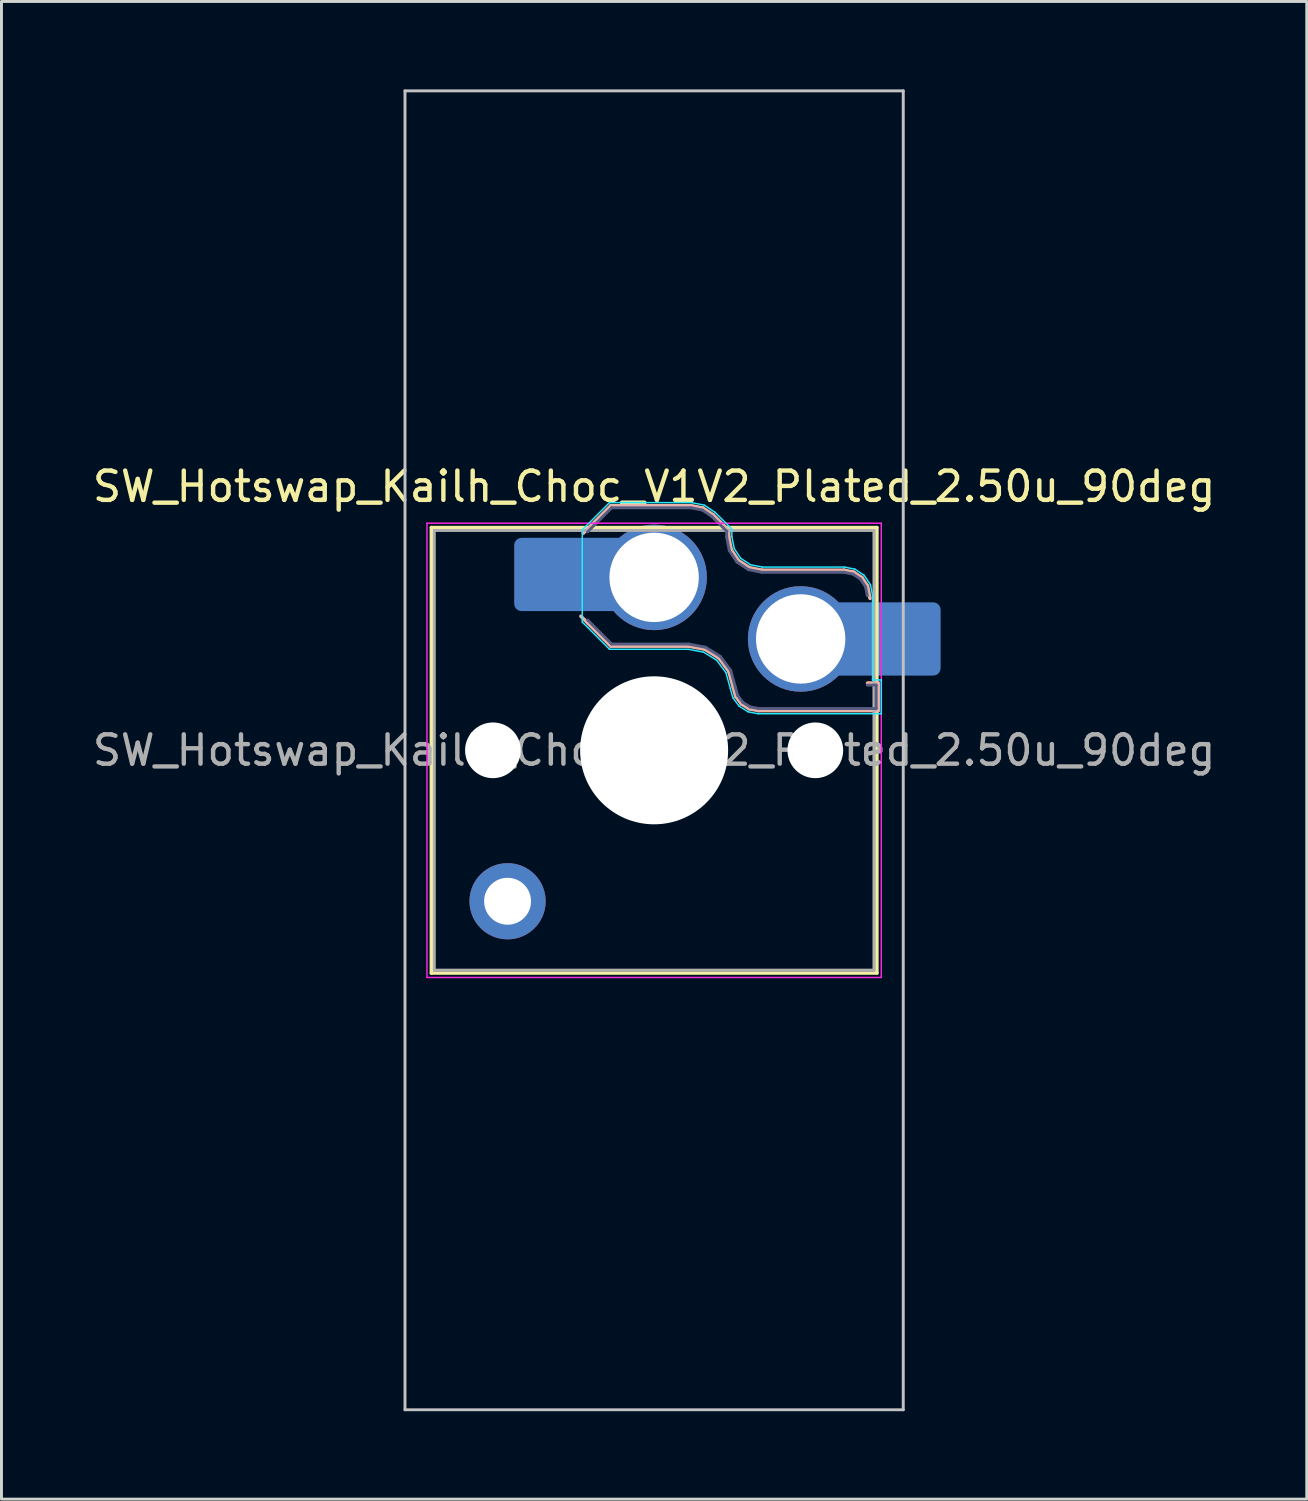
<source format=kicad_pcb>
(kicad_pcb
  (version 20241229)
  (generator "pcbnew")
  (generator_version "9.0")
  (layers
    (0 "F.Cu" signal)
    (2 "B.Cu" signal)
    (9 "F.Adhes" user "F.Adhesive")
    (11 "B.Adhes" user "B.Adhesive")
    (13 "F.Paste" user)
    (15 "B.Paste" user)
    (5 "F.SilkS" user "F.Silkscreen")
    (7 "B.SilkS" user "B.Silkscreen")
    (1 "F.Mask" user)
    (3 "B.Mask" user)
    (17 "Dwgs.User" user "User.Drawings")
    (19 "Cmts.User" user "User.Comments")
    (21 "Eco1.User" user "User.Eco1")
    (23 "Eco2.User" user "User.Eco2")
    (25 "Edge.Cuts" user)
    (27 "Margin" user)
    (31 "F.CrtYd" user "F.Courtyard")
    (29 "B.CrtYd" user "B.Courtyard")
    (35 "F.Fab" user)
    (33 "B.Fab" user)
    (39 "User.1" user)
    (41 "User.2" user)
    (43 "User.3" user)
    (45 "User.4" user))
  (footprint "SW_Hotswap_Kailh_Choc_V1V2_Plated_2.50u_90deg"
    (layer "F.Cu")
    (at 19.268 22.55)
    (property "Reference" "SW_Hotswap_Kailh_Choc_V1V2_Plated_2.50u_90deg" (at 0 -9 0) (layer "F.SilkS") (effects (font (size 1 1) (thickness 0.15))))
    (attr smd)
    (fp_line (start -7.6 -7.6) (end -7.6 7.6) (stroke (width 0.12) (type solid)) (layer "F.SilkS"))
    (fp_line (start -7.6 7.6) (end 7.6 7.6) (stroke (width 0.12) (type solid)) (layer "F.SilkS"))
    (fp_line (start 7.6 -7.6) (end -7.6 -7.6) (stroke (width 0.12) (type solid)) (layer "F.SilkS"))
    (fp_line (start 7.6 7.6) (end 7.6 -7.6) (stroke (width 0.12) (type solid)) (layer "F.SilkS"))
    (fp_line (start -2.416 -7.409) (end -1.479 -8.346) (stroke (width 0.12) (type solid)) (layer "B.SilkS"))
    (fp_line (start -1.479 -8.346) (end 1.268 -8.346) (stroke (width 0.12) (type solid)) (layer "B.SilkS"))
    (fp_line (start -1.479 -3.554) (end -2.5 -4.575) (stroke (width 0.12) (type solid)) (layer "B.SilkS"))
    (fp_line (start 1.168 -3.554) (end -1.479 -3.554) (stroke (width 0.12) (type solid)) (layer "B.SilkS"))
    (fp_line (start 1.268 -8.346) (end 1.671 -8.266) (stroke (width 0.12) (type solid)) (layer "B.SilkS"))
    (fp_line (start 1.671 -8.266) (end 2.013 -8.037) (stroke (width 0.12) (type solid)) (layer "B.SilkS"))
    (fp_line (start 1.73 -3.449) (end 1.168 -3.554) (stroke (width 0.12) (type solid)) (layer "B.SilkS"))
    (fp_line (start 2.013 -8.037) (end 2.546 -7.504) (stroke (width 0.12) (type solid)) (layer "B.SilkS"))
    (fp_line (start 2.209 -3.15) (end 1.73 -3.449) (stroke (width 0.12) (type solid)) (layer "B.SilkS"))
    (fp_line (start 2.546 -7.504) (end 2.546 -7.282) (stroke (width 0.12) (type solid)) (layer "B.SilkS"))
    (fp_line (start 2.546 -7.282) (end 2.633 -6.844) (stroke (width 0.12) (type solid)) (layer "B.SilkS"))
    (fp_line (start 2.547 -2.697) (end 2.209 -3.15) (stroke (width 0.12) (type solid)) (layer "B.SilkS"))
    (fp_line (start 2.633 -6.844) (end 2.877 -6.477) (stroke (width 0.12) (type solid)) (layer "B.SilkS"))
    (fp_line (start 2.701 -2.139) (end 2.547 -2.697) (stroke (width 0.12) (type solid)) (layer "B.SilkS"))
    (fp_line (start 2.783 -1.841) (end 2.701 -2.139) (stroke (width 0.12) (type solid)) (layer "B.SilkS"))
    (fp_line (start 2.877 -6.477) (end 3.244 -6.233) (stroke (width 0.12) (type solid)) (layer "B.SilkS"))
    (fp_line (start 2.976 -1.583) (end 2.783 -1.841) (stroke (width 0.12) (type solid)) (layer "B.SilkS"))
    (fp_line (start 3.244 -6.233) (end 3.682 -6.146) (stroke (width 0.12) (type solid)) (layer "B.SilkS"))
    (fp_line (start 3.25 -1.413) (end 2.976 -1.583) (stroke (width 0.12) (type solid)) (layer "B.SilkS"))
    (fp_line (start 3.56 -1.354) (end 3.25 -1.413) (stroke (width 0.12) (type solid)) (layer "B.SilkS"))
    (fp_line (start 3.682 -6.146) (end 6.482 -6.146) (stroke (width 0.12) (type solid)) (layer "B.SilkS"))
    (fp_line (start 6.482 -6.146) (end 6.809 -6.081) (stroke (width 0.12) (type solid)) (layer "B.SilkS"))
    (fp_line (start 6.809 -6.081) (end 7.092 -5.892) (stroke (width 0.12) (type solid)) (layer "B.SilkS"))
    (fp_line (start 7.092 -5.892) (end 7.281 -5.609) (stroke (width 0.12) (type solid)) (layer "B.SilkS"))
    (fp_line (start 7.281 -5.609) (end 7.366 -5.182) (stroke (width 0.12) (type solid)) (layer "B.SilkS"))
    (fp_line (start 7.283 -2.296) (end 7.646 -2.296) (stroke (width 0.12) (type solid)) (layer "B.SilkS"))
    (fp_line (start 7.646 -2.296) (end 7.646 -1.354) (stroke (width 0.12) (type solid)) (layer "B.SilkS"))
    (fp_line (start 7.646 -1.354) (end 3.56 -1.354) (stroke (width 0.12) (type solid)) (layer "B.SilkS"))
    (fp_line (start -8.5 -22.5) (end 8.5 -22.5) (stroke (width 0.1) (type solid)) (layer "Dwgs.User"))
    (fp_line (start -8.5 22.5) (end -8.5 -22.5) (stroke (width 0.1) (type solid)) (layer "Dwgs.User"))
    (fp_line (start 8.5 -22.5) (end 8.5 22.5) (stroke (width 0.1) (type solid)) (layer "Dwgs.User"))
    (fp_line (start 8.5 22.5) (end -8.5 22.5) (stroke (width 0.1) (type solid)) (layer "Dwgs.User"))
    (fp_line (start -7.25 -7.25) (end -7.25 7.25) (stroke (width 0.1) (type solid)) (layer "Eco1.User"))
    (fp_line (start -7.25 7.25) (end 7.25 7.25) (stroke (width 0.1) (type solid)) (layer "Eco1.User"))
    (fp_line (start 7.25 -7.25) (end -7.25 -7.25) (stroke (width 0.1) (type solid)) (layer "Eco1.User"))
    (fp_line (start 7.25 7.25) (end 7.25 -7.25) (stroke (width 0.1) (type solid)) (layer "Eco1.User"))
    (fp_line (start -2.452 -7.523) (end -1.523 -8.452) (stroke (width 0.05) (type solid)) (layer "B.CrtYd"))
    (fp_line (start -2.452 -4.377) (end -2.452 -7.523) (stroke (width 0.05) (type solid)) (layer "B.CrtYd"))
    (fp_line (start -1.523 -8.452) (end 1.278 -8.452) (stroke (width 0.05) (type solid)) (layer "B.CrtYd"))
    (fp_line (start -1.523 -3.448) (end -2.452 -4.377) (stroke (width 0.05) (type solid)) (layer "B.CrtYd"))
    (fp_line (start 1.159 -3.448) (end -1.523 -3.448) (stroke (width 0.05) (type solid)) (layer "B.CrtYd"))
    (fp_line (start 1.278 -8.452) (end 1.712 -8.366) (stroke (width 0.05) (type solid)) (layer "B.CrtYd"))
    (fp_line (start 1.691 -3.348) (end 1.159 -3.448) (stroke (width 0.05) (type solid)) (layer "B.CrtYd"))
    (fp_line (start 1.712 -8.366) (end 2.081 -8.119) (stroke (width 0.05) (type solid)) (layer "B.CrtYd"))
    (fp_line (start 2.081 -8.119) (end 2.652 -7.548) (stroke (width 0.05) (type solid)) (layer "B.CrtYd"))
    (fp_line (start 2.136 -3.071) (end 1.691 -3.348) (stroke (width 0.05) (type solid)) (layer "B.CrtYd"))
    (fp_line (start 2.45 -2.65) (end 2.136 -3.071) (stroke (width 0.05) (type solid)) (layer "B.CrtYd"))
    (fp_line (start 2.599 -2.111) (end 2.45 -2.65) (stroke (width 0.05) (type solid)) (layer "B.CrtYd"))
    (fp_line (start 2.652 -7.548) (end 2.652 -7.292) (stroke (width 0.05) (type solid)) (layer "B.CrtYd"))
    (fp_line (start 2.652 -7.292) (end 2.733 -6.885) (stroke (width 0.05) (type solid)) (layer "B.CrtYd"))
    (fp_line (start 2.687 -1.794) (end 2.599 -2.111) (stroke (width 0.05) (type solid)) (layer "B.CrtYd"))
    (fp_line (start 2.733 -6.885) (end 2.953 -6.553) (stroke (width 0.05) (type solid)) (layer "B.CrtYd"))
    (fp_line (start 2.903 -1.503) (end 2.687 -1.794) (stroke (width 0.05) (type solid)) (layer "B.CrtYd"))
    (fp_line (start 2.953 -6.553) (end 3.285 -6.333) (stroke (width 0.05) (type solid)) (layer "B.CrtYd"))
    (fp_line (start 3.211 -1.312) (end 2.903 -1.503) (stroke (width 0.05) (type solid)) (layer "B.CrtYd"))
    (fp_line (start 3.285 -6.333) (end 3.692 -6.252) (stroke (width 0.05) (type solid)) (layer "B.CrtYd"))
    (fp_line (start 3.55 -1.248) (end 3.211 -1.312) (stroke (width 0.05) (type solid)) (layer "B.CrtYd"))
    (fp_line (start 3.692 -6.252) (end 6.492 -6.252) (stroke (width 0.05) (type solid)) (layer "B.CrtYd"))
    (fp_line (start 6.492 -6.252) (end 6.85 -6.181) (stroke (width 0.05) (type solid)) (layer "B.CrtYd"))
    (fp_line (start 6.85 -6.181) (end 7.168 -5.968) (stroke (width 0.05) (type solid)) (layer "B.CrtYd"))
    (fp_line (start 7.168 -5.968) (end 7.381 -5.65) (stroke (width 0.05) (type solid)) (layer "B.CrtYd"))
    (fp_line (start 7.381 -5.65) (end 7.452 -5.292) (stroke (width 0.05) (type solid)) (layer "B.CrtYd"))
    (fp_line (start 7.452 -5.292) (end 7.452 -2.402) (stroke (width 0.05) (type solid)) (layer "B.CrtYd"))
    (fp_line (start 7.452 -2.402) (end 7.752 -2.402) (stroke (width 0.05) (type solid)) (layer "B.CrtYd"))
    (fp_line (start 7.752 -2.402) (end 7.752 -1.248) (stroke (width 0.05) (type solid)) (layer "B.CrtYd"))
    (fp_line (start 7.752 -1.248) (end 3.55 -1.248) (stroke (width 0.05) (type solid)) (layer "B.CrtYd"))
    (fp_line (start -7.75 -7.75) (end -7.75 7.75) (stroke (width 0.05) (type solid)) (layer "F.CrtYd"))
    (fp_line (start -7.75 7.75) (end 7.75 7.75) (stroke (width 0.05) (type solid)) (layer "F.CrtYd"))
    (fp_line (start 7.75 -7.75) (end -7.75 -7.75) (stroke (width 0.05) (type solid)) (layer "F.CrtYd"))
    (fp_line (start 7.75 7.75) (end 7.75 -7.75) (stroke (width 0.05) (type solid)) (layer "F.CrtYd"))
    (fp_line (start -2.275 -7.45) (end -1.45 -8.275) (stroke (width 0.1) (type solid)) (layer "B.Fab"))
    (fp_line (start -1.45 -8.275) (end 1.261 -8.275) (stroke (width 0.1) (type solid)) (layer "B.Fab"))
    (fp_line (start -1.45 -3.625) (end -2.275 -4.45) (stroke (width 0.1) (type solid)) (layer "B.Fab"))
    (fp_line (start 1.175 -3.625) (end -1.45 -3.625) (stroke (width 0.1) (type solid)) (layer "B.Fab"))
    (fp_line (start 1.261 -8.275) (end 1.643 -8.199) (stroke (width 0.1) (type solid)) (layer "B.Fab"))
    (fp_line (start 1.643 -8.199) (end 1.968 -7.982) (stroke (width 0.1) (type solid)) (layer "B.Fab"))
    (fp_line (start 1.756 -3.516) (end 1.175 -3.625) (stroke (width 0.1) (type solid)) (layer "B.Fab"))
    (fp_line (start 1.968 -7.982) (end 2.475 -7.475) (stroke (width 0.1) (type solid)) (layer "B.Fab"))
    (fp_line (start 2.258 -3.203) (end 1.756 -3.516) (stroke (width 0.1) (type solid)) (layer "B.Fab"))
    (fp_line (start 2.475 -7.475) (end 2.475 -7.275) (stroke (width 0.1) (type solid)) (layer "B.Fab"))
    (fp_line (start 2.475 -7.275) (end 2.566 -6.816) (stroke (width 0.1) (type solid)) (layer "B.Fab"))
    (fp_line (start 2.566 -6.816) (end 2.826 -6.426) (stroke (width 0.1) (type solid)) (layer "B.Fab"))
    (fp_line (start 2.612 -2.729) (end 2.258 -3.203) (stroke (width 0.1) (type solid)) (layer "B.Fab"))
    (fp_line (start 2.769 -2.158) (end 2.612 -2.729) (stroke (width 0.1) (type solid)) (layer "B.Fab"))
    (fp_line (start 2.826 -6.426) (end 3.216 -6.166) (stroke (width 0.1) (type solid)) (layer "B.Fab"))
    (fp_line (start 2.848 -1.873) (end 2.769 -2.158) (stroke (width 0.1) (type solid)) (layer "B.Fab"))
    (fp_line (start 3.025 -1.636) (end 2.848 -1.873) (stroke (width 0.1) (type solid)) (layer "B.Fab"))
    (fp_line (start 3.216 -6.166) (end 3.675 -6.075) (stroke (width 0.1) (type solid)) (layer "B.Fab"))
    (fp_line (start 3.276 -1.48) (end 3.025 -1.636) (stroke (width 0.1) (type solid)) (layer "B.Fab"))
    (fp_line (start 3.567 -1.425) (end 3.276 -1.48) (stroke (width 0.1) (type solid)) (layer "B.Fab"))
    (fp_line (start 3.675 -6.075) (end 6.475 -6.075) (stroke (width 0.1) (type solid)) (layer "B.Fab"))
    (fp_line (start 6.475 -6.075) (end 6.781 -6.014) (stroke (width 0.1) (type solid)) (layer "B.Fab"))
    (fp_line (start 6.781 -6.014) (end 7.041 -5.841) (stroke (width 0.1) (type solid)) (layer "B.Fab"))
    (fp_line (start 7.041 -5.841) (end 7.214 -5.581) (stroke (width 0.1) (type solid)) (layer "B.Fab"))
    (fp_line (start 7.214 -5.581) (end 7.275 -5.275) (stroke (width 0.1) (type solid)) (layer "B.Fab"))
    (fp_line (start 7.275 -2.225) (end 7.575 -2.225) (stroke (width 0.1) (type solid)) (layer "B.Fab"))
    (fp_line (start 7.575 -2.225) (end 7.575 -1.425) (stroke (width 0.1) (type solid)) (layer "B.Fab"))
    (fp_line (start 7.575 -1.425) (end 3.567 -1.425) (stroke (width 0.1) (type solid)) (layer "B.Fab"))
    (fp_line (start -7.5 -7.5) (end -7.5 7.5) (stroke (width 0.1) (type solid)) (layer "F.Fab"))
    (fp_line (start -7.5 7.5) (end 7.5 7.5) (stroke (width 0.1) (type solid)) (layer "F.Fab"))
    (fp_line (start 7.5 -7.5) (end -7.5 -7.5) (stroke (width 0.1) (type solid)) (layer "F.Fab"))
    (fp_line (start 7.5 7.5) (end 7.5 -7.5) (stroke (width 0.1) (type solid)) (layer "F.Fab"))
    (fp_text user "${REFERENCE}" (at 0 0 0) (layer "F.Fab") (effects (font (size 1 1) (thickness 0.15))))
    (pad "" np_thru_hole circle (at -5.5 0) (size 1.9 1.9) (drill 1.9) (layers "*.Cu" "*.Mask"))
    (pad "" smd circle (at -5 5.15) (size 1.65 1.65) (layers "F.Mask"))
    (pad "" thru_hole circle (at -5 5.15) (size 2.6 2.6) (drill 1.6) (layers "*.Cu" "B.Mask"))
    (pad "" smd roundrect (at -3.5 -6) (size 2.55 2.5) (layers "B.Mask" "B.Paste") (roundrect_rratio 0.1))
    (pad "" smd circle (at 0 -5.9) (size 3.1 3.1) (layers "F.Mask"))
    (pad "" np_thru_hole circle (at 0 0) (size 5.05 5.05) (drill 5.05) (layers "*.Cu" "*.Mask"))
    (pad "" smd circle (at 5 -3.8) (size 3.1 3.1) (layers "F.Mask"))
    (pad "" np_thru_hole circle (at 5.5 0) (size 1.9 1.9) (drill 1.9) (layers "*.Cu" "*.Mask"))
    (pad "" smd roundrect (at 8.5 -3.8) (size 2.55 2.5) (layers "B.Mask" "B.Paste") (roundrect_rratio 0.1))
    (pad "1" smd roundrect (at -2.85 -6) (size 3.85 2.5) (layers "B.Cu") (roundrect_rratio 0.1))
    (pad "1" thru_hole circle (at 0 -5.9) (size 3.6 3.6) (drill 3.05) (layers "*.Cu" "B.Mask"))
    (pad "2" thru_hole circle (at 5 -3.8) (size 3.6 3.6) (drill 3.05) (layers "*.Cu" "B.Mask"))
    (pad "2" smd roundrect (at 7.85 -3.8) (size 3.85 2.5) (layers "B.Cu") (roundrect_rratio 0.1)))
  (gr_rect
    (start -3 -3)
    (end 41.536 48.1)
    (stroke (width 0.1) (type default))
    (fill no)
    (layer "Edge.Cuts")))
</source>
